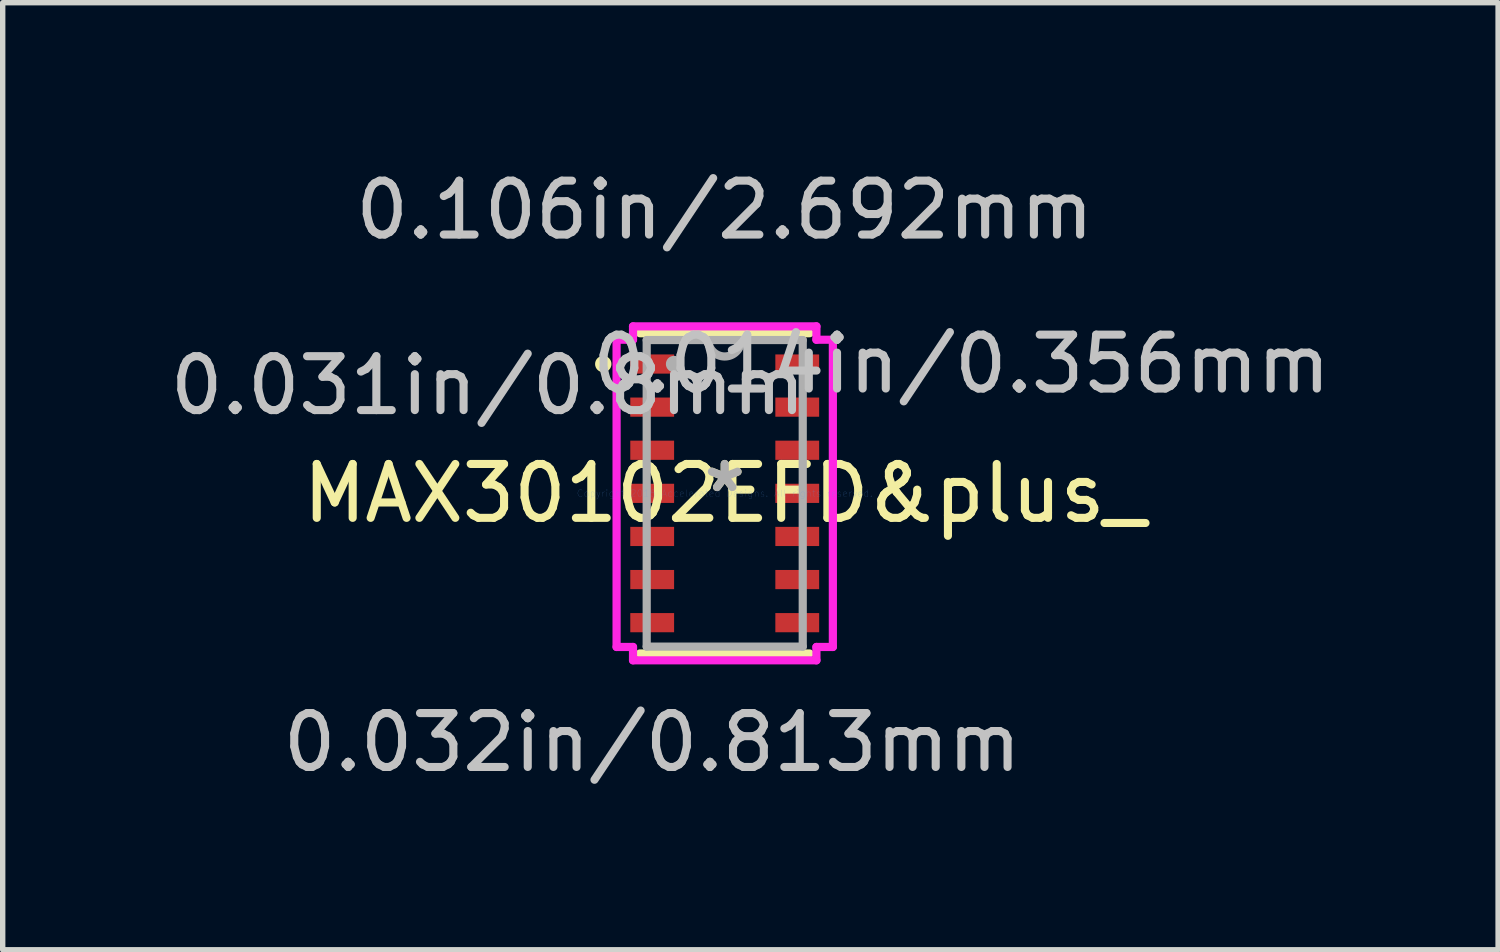
<source format=kicad_pcb>
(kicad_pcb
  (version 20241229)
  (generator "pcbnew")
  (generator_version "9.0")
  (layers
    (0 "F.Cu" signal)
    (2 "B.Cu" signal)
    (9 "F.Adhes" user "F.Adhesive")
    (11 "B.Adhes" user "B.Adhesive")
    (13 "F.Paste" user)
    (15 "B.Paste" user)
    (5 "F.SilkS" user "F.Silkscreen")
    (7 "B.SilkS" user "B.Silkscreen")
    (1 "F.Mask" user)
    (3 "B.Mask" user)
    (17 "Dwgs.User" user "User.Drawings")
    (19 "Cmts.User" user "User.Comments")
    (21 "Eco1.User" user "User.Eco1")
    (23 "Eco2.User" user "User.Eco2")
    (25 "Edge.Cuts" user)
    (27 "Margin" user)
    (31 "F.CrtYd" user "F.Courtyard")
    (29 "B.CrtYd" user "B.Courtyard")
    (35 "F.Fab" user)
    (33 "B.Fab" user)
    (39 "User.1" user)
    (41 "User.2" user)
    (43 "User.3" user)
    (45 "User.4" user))
  (footprint "MAX30102EFD&plus_"
    (layer "F.Cu")
    (at 10.4 6.106)
    (property "Reference" "MAX30102EFD&plus_" (at 0 0 0) (layer "F.SilkS") (effects (font (size 1 1) (thickness 0.15))))
    (attr through_hole)
    (fp_line (start -1.575 2.972) (end 1.575 2.972) (stroke (width 0.152) (type solid)) (layer "F.SilkS"))
    (fp_line (start 1.575 -2.972) (end -1.575 -2.972) (stroke (width 0.152) (type solid)) (layer "F.SilkS"))
    (fp_circle (center -2.254 -2.4) (end -2.178 -2.4) (stroke (width 0.152) (type solid)) (fill no) (layer "F.SilkS"))
    (fp_line (start -2.007 -2.851) (end -1.702 -2.851) (stroke (width 0.152) (type solid)) (layer "F.CrtYd"))
    (fp_line (start -2.007 2.851) (end -2.007 -2.851) (stroke (width 0.152) (type solid)) (layer "F.CrtYd"))
    (fp_line (start -1.702 -3.099) (end 1.702 -3.099) (stroke (width 0.152) (type solid)) (layer "F.CrtYd"))
    (fp_line (start -1.702 -2.851) (end -1.702 -3.099) (stroke (width 0.152) (type solid)) (layer "F.CrtYd"))
    (fp_line (start -1.702 2.851) (end -2.007 2.851) (stroke (width 0.152) (type solid)) (layer "F.CrtYd"))
    (fp_line (start -1.702 3.099) (end -1.702 2.851) (stroke (width 0.152) (type solid)) (layer "F.CrtYd"))
    (fp_line (start 1.702 -3.099) (end 1.702 -2.851) (stroke (width 0.152) (type solid)) (layer "F.CrtYd"))
    (fp_line (start 1.702 -2.851) (end 2.007 -2.851) (stroke (width 0.152) (type solid)) (layer "F.CrtYd"))
    (fp_line (start 1.702 2.851) (end 1.702 3.099) (stroke (width 0.152) (type solid)) (layer "F.CrtYd"))
    (fp_line (start 1.702 3.099) (end -1.702 3.099) (stroke (width 0.152) (type solid)) (layer "F.CrtYd"))
    (fp_line (start 2.007 -2.851) (end 2.007 2.851) (stroke (width 0.152) (type solid)) (layer "F.CrtYd"))
    (fp_line (start 2.007 2.851) (end 1.702 2.851) (stroke (width 0.152) (type solid)) (layer "F.CrtYd"))
    (fp_line (start -1.448 -2.845) (end -1.448 2.845) (stroke (width 0.152) (type solid)) (layer "F.Fab"))
    (fp_line (start -1.448 2.845) (end 1.448 2.845) (stroke (width 0.152) (type solid)) (layer "F.Fab"))
    (fp_line (start 1.448 -2.845) (end -1.448 -2.845) (stroke (width 0.152) (type solid)) (layer "F.Fab"))
    (fp_line (start 1.448 2.845) (end 1.448 -2.845) (stroke (width 0.152) (type solid)) (layer "F.Fab"))
    (fp_arc (start 0.3048 -2.8448) (mid 0 -2.54) (end -0.3048 -2.8448) (stroke (width 0.1524) (type solid)) (layer "F.Fab"))
    (fp_circle (center -0.94 -2.4) (end -0.864 -2.4) (stroke (width 0.152) (type solid)) (fill no) (layer "F.Fab"))
    (fp_text user "*" (at 0 0 0) (layer "F.SilkS") (effects (font (size 1 1) (thickness 0.15))))
    (fp_text user "0.032in/0.813mm" (at -1.346 4.623 0) (layer "Dwgs.User") (effects (font (size 1 1) (thickness 0.15))))
    (fp_text user "0.031in/0.8mm" (at -4.394 -2 0) (layer "Dwgs.User") (effects (font (size 1 1) (thickness 0.15))))
    (fp_text user "0.106in/2.692mm" (at 0 -5.258 0) (layer "Dwgs.User") (effects (font (size 1 1) (thickness 0.15))))
    (fp_text user "0.014in/0.356mm" (at 4.394 -2.4 0) (layer "Dwgs.User") (effects (font (size 1 1) (thickness 0.15))))
    (fp_text user "Copyright 2016 Accelerated Designs. All rights reserved." (at 0 0 0) (layer "Cmts.User") (effects (font (size 0.127 0.127) (thickness 0.002))))
    (fp_text user "*" (at 0 0 0) (layer "F.Fab") (effects (font (size 1 1) (thickness 0.15))))
    (pad "1" smd rect (at -1.346 -2.4) (size 0.813 0.356) (layers "F.Cu" "F.Mask" "F.Paste"))
    (pad "2" smd rect (at -1.346 -1.6) (size 0.813 0.356) (layers "F.Cu" "F.Mask" "F.Paste"))
    (pad "3" smd rect (at -1.346 -0.8) (size 0.813 0.356) (layers "F.Cu" "F.Mask" "F.Paste"))
    (pad "4" smd rect (at -1.346 0) (size 0.813 0.356) (layers "F.Cu" "F.Mask" "F.Paste"))
    (pad "5" smd rect (at -1.346 0.8) (size 0.813 0.356) (layers "F.Cu" "F.Mask" "F.Paste"))
    (pad "6" smd rect (at -1.346 1.6) (size 0.813 0.356) (layers "F.Cu" "F.Mask" "F.Paste"))
    (pad "7" smd rect (at -1.346 2.4) (size 0.813 0.356) (layers "F.Cu" "F.Mask" "F.Paste"))
    (pad "8" smd rect (at 1.346 2.4) (size 0.813 0.356) (layers "F.Cu" "F.Mask" "F.Paste"))
    (pad "9" smd rect (at 1.346 1.6) (size 0.813 0.356) (layers "F.Cu" "F.Mask" "F.Paste"))
    (pad "10" smd rect (at 1.346 0.8) (size 0.813 0.356) (layers "F.Cu" "F.Mask" "F.Paste"))
    (pad "11" smd rect (at 1.346 0) (size 0.813 0.356) (layers "F.Cu" "F.Mask" "F.Paste"))
    (pad "12" smd rect (at 1.346 -0.8) (size 0.813 0.356) (layers "F.Cu" "F.Mask" "F.Paste"))
    (pad "13" smd rect (at 1.346 -1.6) (size 0.813 0.356) (layers "F.Cu" "F.Mask" "F.Paste"))
    (pad "14" smd rect (at 1.346 -2.4) (size 0.813 0.356) (layers "F.Cu" "F.Mask" "F.Paste")))
  (gr_rect
    (start -3 -3)
    (end 24.753 14.577)
    (stroke (width 0.1) (type default))
    (fill no)
    (layer "Edge.Cuts")))
</source>
